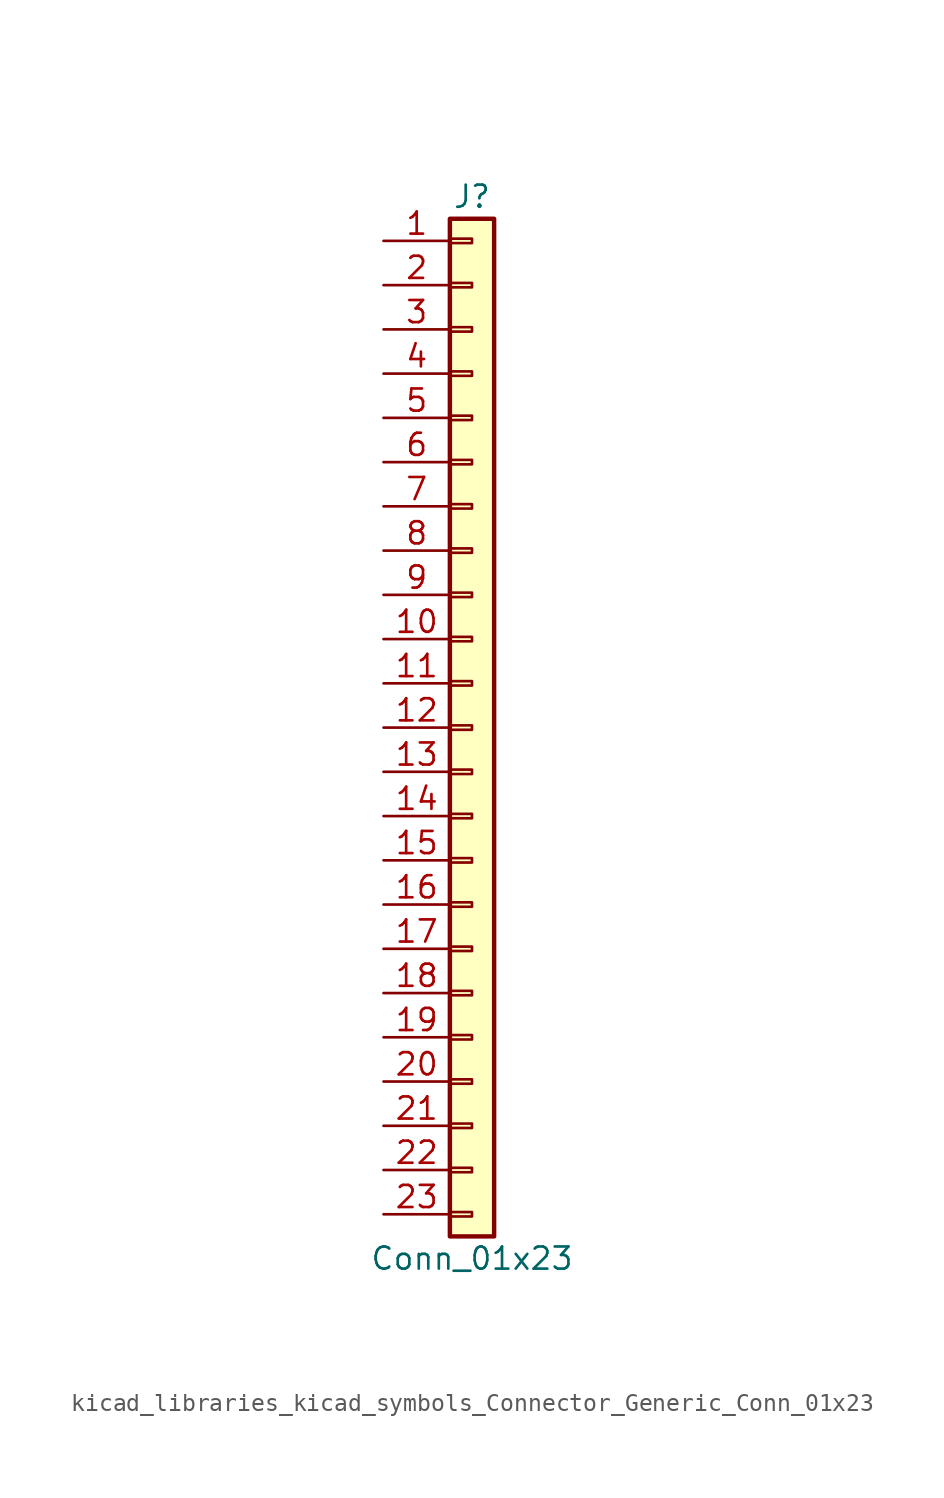
<source format=kicad_sym>
(kicad_symbol_lib
  (version 20220914)
  (generator kicad_symbol_editor)
  (symbol "kicad_libraries_kicad_symbols_Connector_Generic_Conn_01x23"
    (pin_names
      (offset 1.016) hide)
    (property "Reference" "J"
      (at 0 30.48 0)
      (effects (font (size 1.27 1.27))))
    (property "Value" "Conn_01x23"
      (at 0 -30.48 0)
      (effects (font (size 1.27 1.27))))
    (symbol "kicad_libraries_kicad_symbols_Connector_Generic_Conn_01x23_1_1"
      (rectangle (start -1.27 -27.813) (end 0 -28.067) (stroke (width 0.152) (type default)) (fill (type none)))
      (rectangle (start -1.27 -25.273) (end 0 -25.527) (stroke (width 0.152) (type default)) (fill (type none)))
      (rectangle (start -1.27 -22.733) (end 0 -22.987) (stroke (width 0.152) (type default)) (fill (type none)))
      (rectangle (start -1.27 -20.193) (end 0 -20.447) (stroke (width 0.152) (type default)) (fill (type none)))
      (rectangle (start -1.27 -17.653) (end 0 -17.907) (stroke (width 0.152) (type default)) (fill (type none)))
      (rectangle (start -1.27 -15.113) (end 0 -15.367) (stroke (width 0.152) (type default)) (fill (type none)))
      (rectangle (start -1.27 -12.573) (end 0 -12.827) (stroke (width 0.152) (type default)) (fill (type none)))
      (rectangle (start -1.27 -10.033) (end 0 -10.287) (stroke (width 0.152) (type default)) (fill (type none)))
      (rectangle (start -1.27 -7.493) (end 0 -7.747) (stroke (width 0.152) (type default)) (fill (type none)))
      (rectangle (start -1.27 -4.953) (end 0 -5.207) (stroke (width 0.152) (type default)) (fill (type none)))
      (rectangle (start -1.27 -2.413) (end 0 -2.667) (stroke (width 0.152) (type default)) (fill (type none)))
      (rectangle (start -1.27 0.127) (end 0 -0.127) (stroke (width 0.152) (type default)) (fill (type none)))
      (rectangle (start -1.27 2.667) (end 0 2.413) (stroke (width 0.152) (type default)) (fill (type none)))
      (rectangle (start -1.27 5.207) (end 0 4.953) (stroke (width 0.152) (type default)) (fill (type none)))
      (rectangle (start -1.27 7.747) (end 0 7.493) (stroke (width 0.152) (type default)) (fill (type none)))
      (rectangle (start -1.27 10.287) (end 0 10.033) (stroke (width 0.152) (type default)) (fill (type none)))
      (rectangle (start -1.27 12.827) (end 0 12.573) (stroke (width 0.152) (type default)) (fill (type none)))
      (rectangle (start -1.27 15.367) (end 0 15.113) (stroke (width 0.152) (type default)) (fill (type none)))
      (rectangle (start -1.27 17.907) (end 0 17.653) (stroke (width 0.152) (type default)) (fill (type none)))
      (rectangle (start -1.27 20.447) (end 0 20.193) (stroke (width 0.152) (type default)) (fill (type none)))
      (rectangle (start -1.27 22.987) (end 0 22.733) (stroke (width 0.152) (type default)) (fill (type none)))
      (rectangle (start -1.27 25.527) (end 0 25.273) (stroke (width 0.152) (type default)) (fill (type none)))
      (rectangle (start -1.27 28.067) (end 0 27.813) (stroke (width 0.152) (type default)) (fill (type none)))
      (rectangle (start -1.27 29.21) (end 1.27 -29.21) (stroke (width 0.254) (type default)) (fill (type background)))
      (pin passive line (at -5.08 27.94 0) (length 3.81) (name "Pin_1" (effects (font (size 1.27 1.27)))) (number "1" (effects (font (size 1.27 1.27)))))
      (pin passive line (at -5.08 5.08 0) (length 3.81) (name "Pin_10" (effects (font (size 1.27 1.27)))) (number "10" (effects (font (size 1.27 1.27)))))
      (pin passive line (at -5.08 2.54 0) (length 3.81) (name "Pin_11" (effects (font (size 1.27 1.27)))) (number "11" (effects (font (size 1.27 1.27)))))
      (pin passive line (at -5.08 0 0) (length 3.81) (name "Pin_12" (effects (font (size 1.27 1.27)))) (number "12" (effects (font (size 1.27 1.27)))))
      (pin passive line (at -5.08 -2.54 0) (length 3.81) (name "Pin_13" (effects (font (size 1.27 1.27)))) (number "13" (effects (font (size 1.27 1.27)))))
      (pin passive line (at -5.08 -5.08 0) (length 3.81) (name "Pin_14" (effects (font (size 1.27 1.27)))) (number "14" (effects (font (size 1.27 1.27)))))
      (pin passive line (at -5.08 -7.62 0) (length 3.81) (name "Pin_15" (effects (font (size 1.27 1.27)))) (number "15" (effects (font (size 1.27 1.27)))))
      (pin passive line (at -5.08 -10.16 0) (length 3.81) (name "Pin_16" (effects (font (size 1.27 1.27)))) (number "16" (effects (font (size 1.27 1.27)))))
      (pin passive line (at -5.08 -12.7 0) (length 3.81) (name "Pin_17" (effects (font (size 1.27 1.27)))) (number "17" (effects (font (size 1.27 1.27)))))
      (pin passive line (at -5.08 -15.24 0) (length 3.81) (name "Pin_18" (effects (font (size 1.27 1.27)))) (number "18" (effects (font (size 1.27 1.27)))))
      (pin passive line (at -5.08 -17.78 0) (length 3.81) (name "Pin_19" (effects (font (size 1.27 1.27)))) (number "19" (effects (font (size 1.27 1.27)))))
      (pin passive line (at -5.08 25.4 0) (length 3.81) (name "Pin_2" (effects (font (size 1.27 1.27)))) (number "2" (effects (font (size 1.27 1.27)))))
      (pin passive line (at -5.08 -20.32 0) (length 3.81) (name "Pin_20" (effects (font (size 1.27 1.27)))) (number "20" (effects (font (size 1.27 1.27)))))
      (pin passive line (at -5.08 -22.86 0) (length 3.81) (name "Pin_21" (effects (font (size 1.27 1.27)))) (number "21" (effects (font (size 1.27 1.27)))))
      (pin passive line (at -5.08 -25.4 0) (length 3.81) (name "Pin_22" (effects (font (size 1.27 1.27)))) (number "22" (effects (font (size 1.27 1.27)))))
      (pin passive line (at -5.08 -27.94 0) (length 3.81) (name "Pin_23" (effects (font (size 1.27 1.27)))) (number "23" (effects (font (size 1.27 1.27)))))
      (pin passive line (at -5.08 22.86 0) (length 3.81) (name "Pin_3" (effects (font (size 1.27 1.27)))) (number "3" (effects (font (size 1.27 1.27)))))
      (pin passive line (at -5.08 20.32 0) (length 3.81) (name "Pin_4" (effects (font (size 1.27 1.27)))) (number "4" (effects (font (size 1.27 1.27)))))
      (pin passive line (at -5.08 17.78 0) (length 3.81) (name "Pin_5" (effects (font (size 1.27 1.27)))) (number "5" (effects (font (size 1.27 1.27)))))
      (pin passive line (at -5.08 15.24 0) (length 3.81) (name "Pin_6" (effects (font (size 1.27 1.27)))) (number "6" (effects (font (size 1.27 1.27)))))
      (pin passive line (at -5.08 12.7 0) (length 3.81) (name "Pin_7" (effects (font (size 1.27 1.27)))) (number "7" (effects (font (size 1.27 1.27)))))
      (pin passive line (at -5.08 10.16 0) (length 3.81) (name "Pin_8" (effects (font (size 1.27 1.27)))) (number "8" (effects (font (size 1.27 1.27)))))
      (pin passive line (at -5.08 7.62 0) (length 3.81) (name "Pin_9" (effects (font (size 1.27 1.27)))) (number "9" (effects (font (size 1.27 1.27))))))))
</source>
